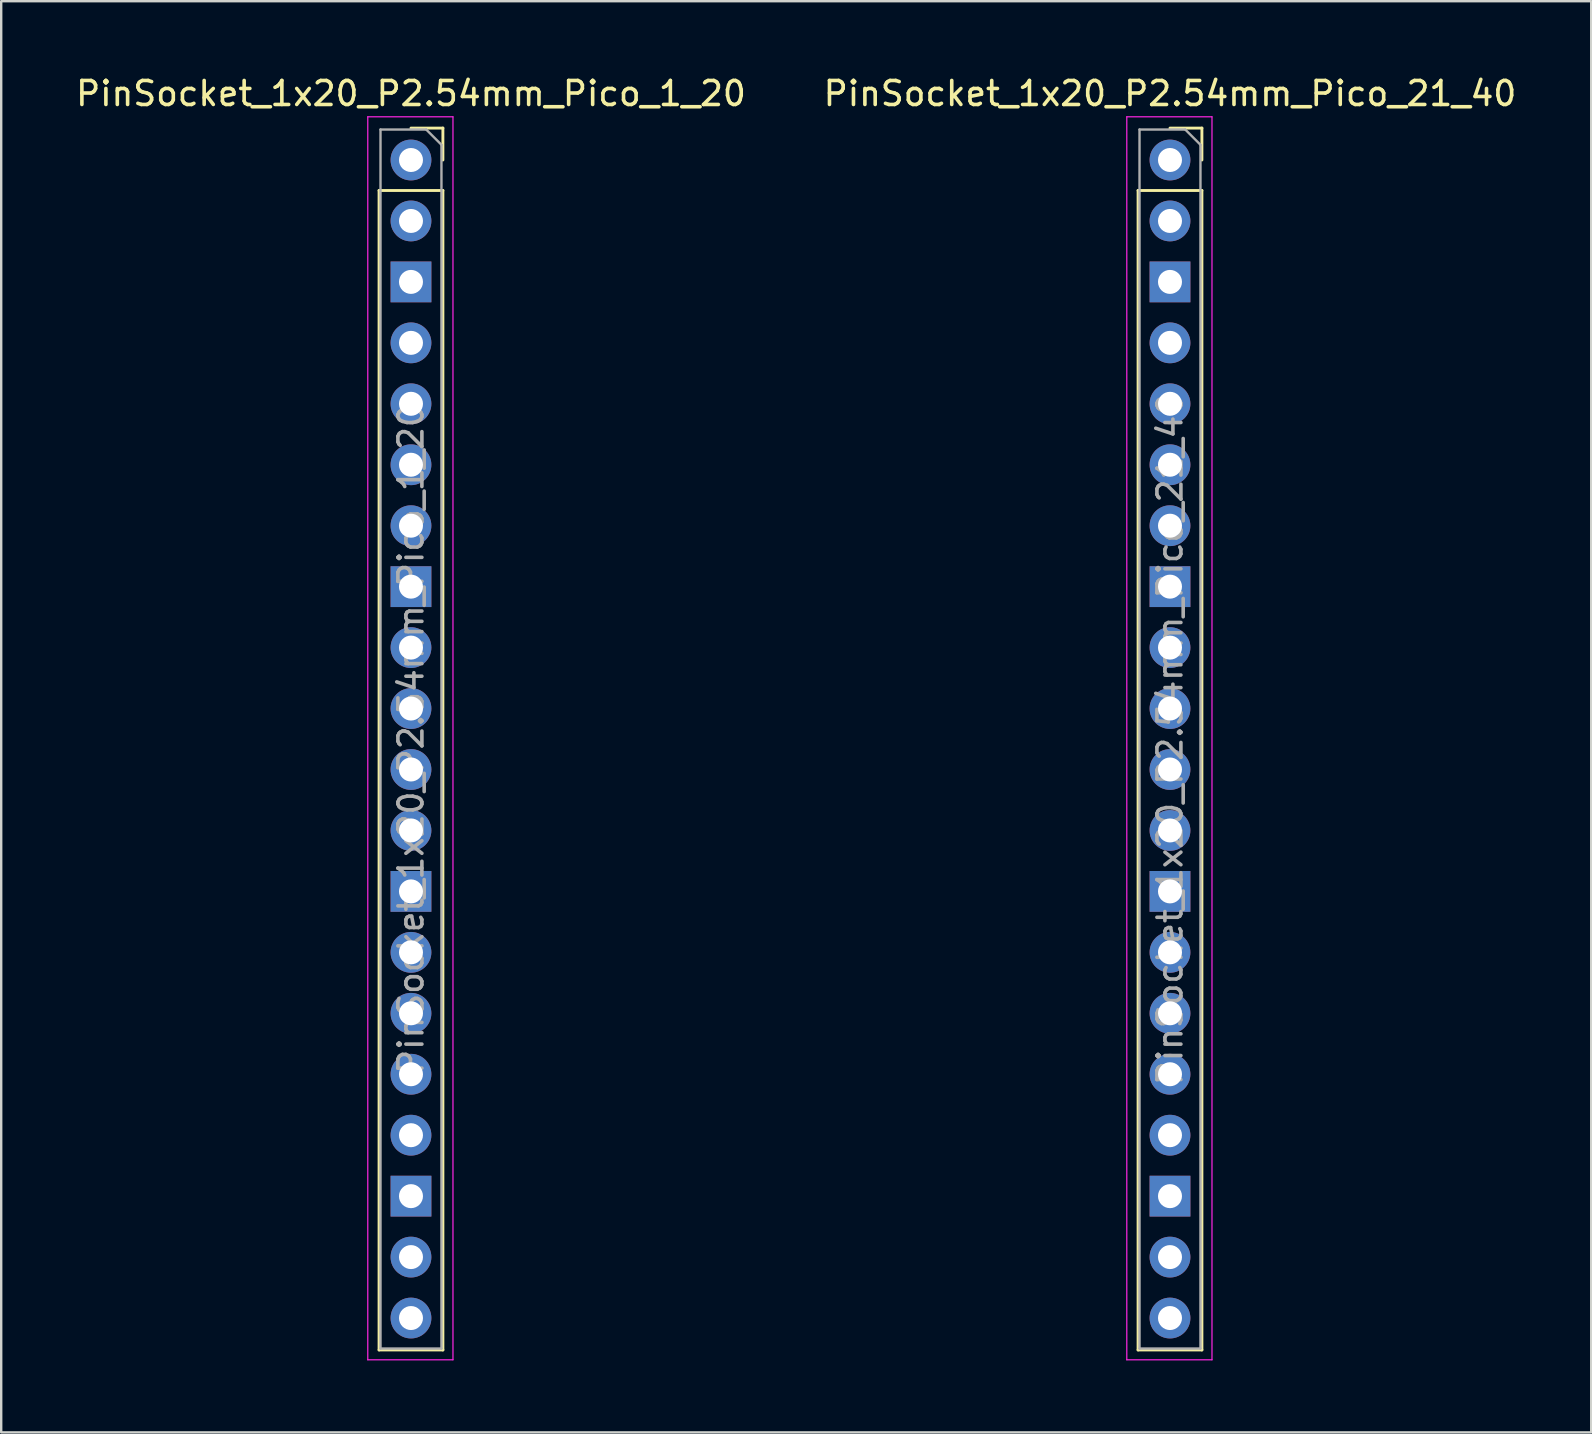
<source format=kicad_pcb>
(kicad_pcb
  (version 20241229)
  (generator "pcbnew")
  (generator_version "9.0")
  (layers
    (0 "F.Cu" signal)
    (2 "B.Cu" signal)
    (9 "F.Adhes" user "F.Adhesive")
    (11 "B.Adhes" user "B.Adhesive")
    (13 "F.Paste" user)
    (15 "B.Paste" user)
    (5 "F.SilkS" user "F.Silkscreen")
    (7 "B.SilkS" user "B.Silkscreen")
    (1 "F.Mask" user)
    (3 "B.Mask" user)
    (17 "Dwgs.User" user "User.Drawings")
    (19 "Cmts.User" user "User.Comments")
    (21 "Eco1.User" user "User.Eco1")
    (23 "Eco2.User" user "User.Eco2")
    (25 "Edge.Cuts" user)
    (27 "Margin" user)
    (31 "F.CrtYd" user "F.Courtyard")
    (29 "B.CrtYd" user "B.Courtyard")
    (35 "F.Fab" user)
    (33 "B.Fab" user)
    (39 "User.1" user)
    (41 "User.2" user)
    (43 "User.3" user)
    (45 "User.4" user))
  (footprint "PinSocket_1x20_P2.54mm_Pico_21_40"
    (layer "F.Cu")
    (at 45.708 3.618)
    (property "Reference" "PinSocket_1x20_P2.54mm_Pico_21_40" (at 0 -2.77 0) (layer "F.SilkS") (effects (font (size 1 1) (thickness 0.15))))
    (attr through_hole)
    (fp_line (start -1.33 1.27) (end -1.33 49.59) (stroke (width 0.12) (type solid)) (layer "F.SilkS"))
    (fp_line (start -1.33 1.27) (end 1.33 1.27) (stroke (width 0.12) (type solid)) (layer "F.SilkS"))
    (fp_line (start -1.33 49.59) (end 1.33 49.59) (stroke (width 0.12) (type solid)) (layer "F.SilkS"))
    (fp_line (start 0 -1.33) (end 1.33 -1.33) (stroke (width 0.12) (type solid)) (layer "F.SilkS"))
    (fp_line (start 1.33 -1.33) (end 1.33 0) (stroke (width 0.12) (type solid)) (layer "F.SilkS"))
    (fp_line (start 1.33 1.27) (end 1.33 49.59) (stroke (width 0.12) (type solid)) (layer "F.SilkS"))
    (fp_line (start -1.8 -1.8) (end 1.75 -1.8) (stroke (width 0.05) (type solid)) (layer "F.CrtYd"))
    (fp_line (start -1.8 50) (end -1.8 -1.8) (stroke (width 0.05) (type solid)) (layer "F.CrtYd"))
    (fp_line (start 1.75 -1.8) (end 1.75 50) (stroke (width 0.05) (type solid)) (layer "F.CrtYd"))
    (fp_line (start 1.75 50) (end -1.8 50) (stroke (width 0.05) (type solid)) (layer "F.CrtYd"))
    (fp_line (start -1.27 -1.27) (end 0.635 -1.27) (stroke (width 0.1) (type solid)) (layer "F.Fab"))
    (fp_line (start -1.27 49.53) (end -1.27 -1.27) (stroke (width 0.1) (type solid)) (layer "F.Fab"))
    (fp_line (start 0.635 -1.27) (end 1.27 -0.635) (stroke (width 0.1) (type solid)) (layer "F.Fab"))
    (fp_line (start 1.27 -0.635) (end 1.27 49.53) (stroke (width 0.1) (type solid)) (layer "F.Fab"))
    (fp_line (start 1.27 49.53) (end -1.27 49.53) (stroke (width 0.1) (type solid)) (layer "F.Fab"))
    (fp_text user "${REFERENCE}" (at 0 24.13 90) (layer "F.Fab") (effects (font (size 1 1) (thickness 0.15))))
    (pad "21" thru_hole oval (at 0 48.26) (size 1.7 1.7) (drill 1) (layers "*.Cu" "*.Mask"))
    (pad "22" thru_hole oval (at 0 45.72) (size 1.7 1.7) (drill 1) (layers "*.Cu" "*.Mask"))
    (pad "23" thru_hole rect (at 0 43.18) (size 1.7 1.7) (drill 1) (layers "*.Cu" "*.Mask"))
    (pad "24" thru_hole oval (at 0 40.64) (size 1.7 1.7) (drill 1) (layers "*.Cu" "*.Mask"))
    (pad "25" thru_hole oval (at 0 38.1) (size 1.7 1.7) (drill 1) (layers "*.Cu" "*.Mask"))
    (pad "26" thru_hole oval (at 0 35.56) (size 1.7 1.7) (drill 1) (layers "*.Cu" "*.Mask"))
    (pad "27" thru_hole oval (at 0 33.02) (size 1.7 1.7) (drill 1) (layers "*.Cu" "*.Mask"))
    (pad "28" thru_hole rect (at 0 30.48) (size 1.7 1.7) (drill 1) (layers "*.Cu" "*.Mask"))
    (pad "29" thru_hole oval (at 0 27.94) (size 1.7 1.7) (drill 1) (layers "*.Cu" "*.Mask"))
    (pad "30" thru_hole oval (at 0 25.4) (size 1.7 1.7) (drill 1) (layers "*.Cu" "*.Mask"))
    (pad "31" thru_hole oval (at 0 22.86) (size 1.7 1.7) (drill 1) (layers "*.Cu" "*.Mask"))
    (pad "32" thru_hole oval (at 0 20.32) (size 1.7 1.7) (drill 1) (layers "*.Cu" "*.Mask"))
    (pad "33" thru_hole rect (at 0 17.78) (size 1.7 1.7) (drill 1) (layers "*.Cu" "*.Mask"))
    (pad "34" thru_hole oval (at 0 15.24) (size 1.7 1.7) (drill 1) (layers "*.Cu" "*.Mask"))
    (pad "35" thru_hole oval (at 0 12.7) (size 1.7 1.7) (drill 1) (layers "*.Cu" "*.Mask"))
    (pad "36" thru_hole oval (at 0 10.16) (size 1.7 1.7) (drill 1) (layers "*.Cu" "*.Mask"))
    (pad "37" thru_hole oval (at 0 7.62) (size 1.7 1.7) (drill 1) (layers "*.Cu" "*.Mask"))
    (pad "38" thru_hole rect (at 0 5.08) (size 1.7 1.7) (drill 1) (layers "*.Cu" "*.Mask"))
    (pad "39" thru_hole oval (at 0 2.54) (size 1.7 1.7) (drill 1) (layers "*.Cu" "*.Mask"))
    (pad "40" thru_hole circle (at 0 0) (size 1.7 1.7) (drill 1) (layers "*.Cu" "*.Mask")))
  (footprint "PinSocket_1x20_P2.54mm_Pico_1_20"
    (layer "F.Cu")
    (at 14.077 3.618)
    (property "Reference" "PinSocket_1x20_P2.54mm_Pico_1_20" (at 0 -2.77 0) (layer "F.SilkS") (effects (font (size 1 1) (thickness 0.15))))
    (attr through_hole)
    (fp_line (start -1.33 1.27) (end -1.33 49.59) (stroke (width 0.12) (type solid)) (layer "F.SilkS"))
    (fp_line (start -1.33 1.27) (end 1.33 1.27) (stroke (width 0.12) (type solid)) (layer "F.SilkS"))
    (fp_line (start -1.33 49.59) (end 1.33 49.59) (stroke (width 0.12) (type solid)) (layer "F.SilkS"))
    (fp_line (start 0 -1.33) (end 1.33 -1.33) (stroke (width 0.12) (type solid)) (layer "F.SilkS"))
    (fp_line (start 1.33 -1.33) (end 1.33 0) (stroke (width 0.12) (type solid)) (layer "F.SilkS"))
    (fp_line (start 1.33 1.27) (end 1.33 49.59) (stroke (width 0.12) (type solid)) (layer "F.SilkS"))
    (fp_line (start -1.8 -1.8) (end 1.75 -1.8) (stroke (width 0.05) (type solid)) (layer "F.CrtYd"))
    (fp_line (start -1.8 50) (end -1.8 -1.8) (stroke (width 0.05) (type solid)) (layer "F.CrtYd"))
    (fp_line (start 1.75 -1.8) (end 1.75 50) (stroke (width 0.05) (type solid)) (layer "F.CrtYd"))
    (fp_line (start 1.75 50) (end -1.8 50) (stroke (width 0.05) (type solid)) (layer "F.CrtYd"))
    (fp_line (start -1.27 -1.27) (end 0.635 -1.27) (stroke (width 0.1) (type solid)) (layer "F.Fab"))
    (fp_line (start -1.27 49.53) (end -1.27 -1.27) (stroke (width 0.1) (type solid)) (layer "F.Fab"))
    (fp_line (start 0.635 -1.27) (end 1.27 -0.635) (stroke (width 0.1) (type solid)) (layer "F.Fab"))
    (fp_line (start 1.27 -0.635) (end 1.27 49.53) (stroke (width 0.1) (type solid)) (layer "F.Fab"))
    (fp_line (start 1.27 49.53) (end -1.27 49.53) (stroke (width 0.1) (type solid)) (layer "F.Fab"))
    (fp_text user "${REFERENCE}" (at 0 24.13 90) (layer "F.Fab") (effects (font (size 1 1) (thickness 0.15))))
    (pad "1" thru_hole circle (at 0 0) (size 1.7 1.7) (drill 1) (layers "*.Cu" "*.Mask"))
    (pad "2" thru_hole oval (at 0 2.54) (size 1.7 1.7) (drill 1) (layers "*.Cu" "*.Mask"))
    (pad "3" thru_hole rect (at 0 5.08) (size 1.7 1.7) (drill 1) (layers "*.Cu" "*.Mask"))
    (pad "4" thru_hole oval (at 0 7.62) (size 1.7 1.7) (drill 1) (layers "*.Cu" "*.Mask"))
    (pad "5" thru_hole oval (at 0 10.16) (size 1.7 1.7) (drill 1) (layers "*.Cu" "*.Mask"))
    (pad "6" thru_hole oval (at 0 12.7) (size 1.7 1.7) (drill 1) (layers "*.Cu" "*.Mask"))
    (pad "7" thru_hole oval (at 0 15.24) (size 1.7 1.7) (drill 1) (layers "*.Cu" "*.Mask"))
    (pad "8" thru_hole rect (at 0 17.78) (size 1.7 1.7) (drill 1) (layers "*.Cu" "*.Mask"))
    (pad "9" thru_hole oval (at 0 20.32) (size 1.7 1.7) (drill 1) (layers "*.Cu" "*.Mask"))
    (pad "10" thru_hole oval (at 0 22.86) (size 1.7 1.7) (drill 1) (layers "*.Cu" "*.Mask"))
    (pad "11" thru_hole oval (at 0 25.4) (size 1.7 1.7) (drill 1) (layers "*.Cu" "*.Mask"))
    (pad "12" thru_hole oval (at 0 27.94) (size 1.7 1.7) (drill 1) (layers "*.Cu" "*.Mask"))
    (pad "13" thru_hole rect (at 0 30.48) (size 1.7 1.7) (drill 1) (layers "*.Cu" "*.Mask"))
    (pad "14" thru_hole oval (at 0 33.02) (size 1.7 1.7) (drill 1) (layers "*.Cu" "*.Mask"))
    (pad "15" thru_hole oval (at 0 35.56) (size 1.7 1.7) (drill 1) (layers "*.Cu" "*.Mask"))
    (pad "16" thru_hole oval (at 0 38.1) (size 1.7 1.7) (drill 1) (layers "*.Cu" "*.Mask"))
    (pad "17" thru_hole oval (at 0 40.64) (size 1.7 1.7) (drill 1) (layers "*.Cu" "*.Mask"))
    (pad "18" thru_hole rect (at 0 43.18) (size 1.7 1.7) (drill 1) (layers "*.Cu" "*.Mask"))
    (pad "19" thru_hole oval (at 0 45.72) (size 1.7 1.7) (drill 1) (layers "*.Cu" "*.Mask"))
    (pad "20" thru_hole oval (at 0 48.26) (size 1.7 1.7) (drill 1) (layers "*.Cu" "*.Mask")))
  (gr_rect
    (start -3 -3)
    (end 63.262 56.643)
    (stroke (width 0.1) (type default))
    (fill no)
    (layer "Edge.Cuts")))
</source>
